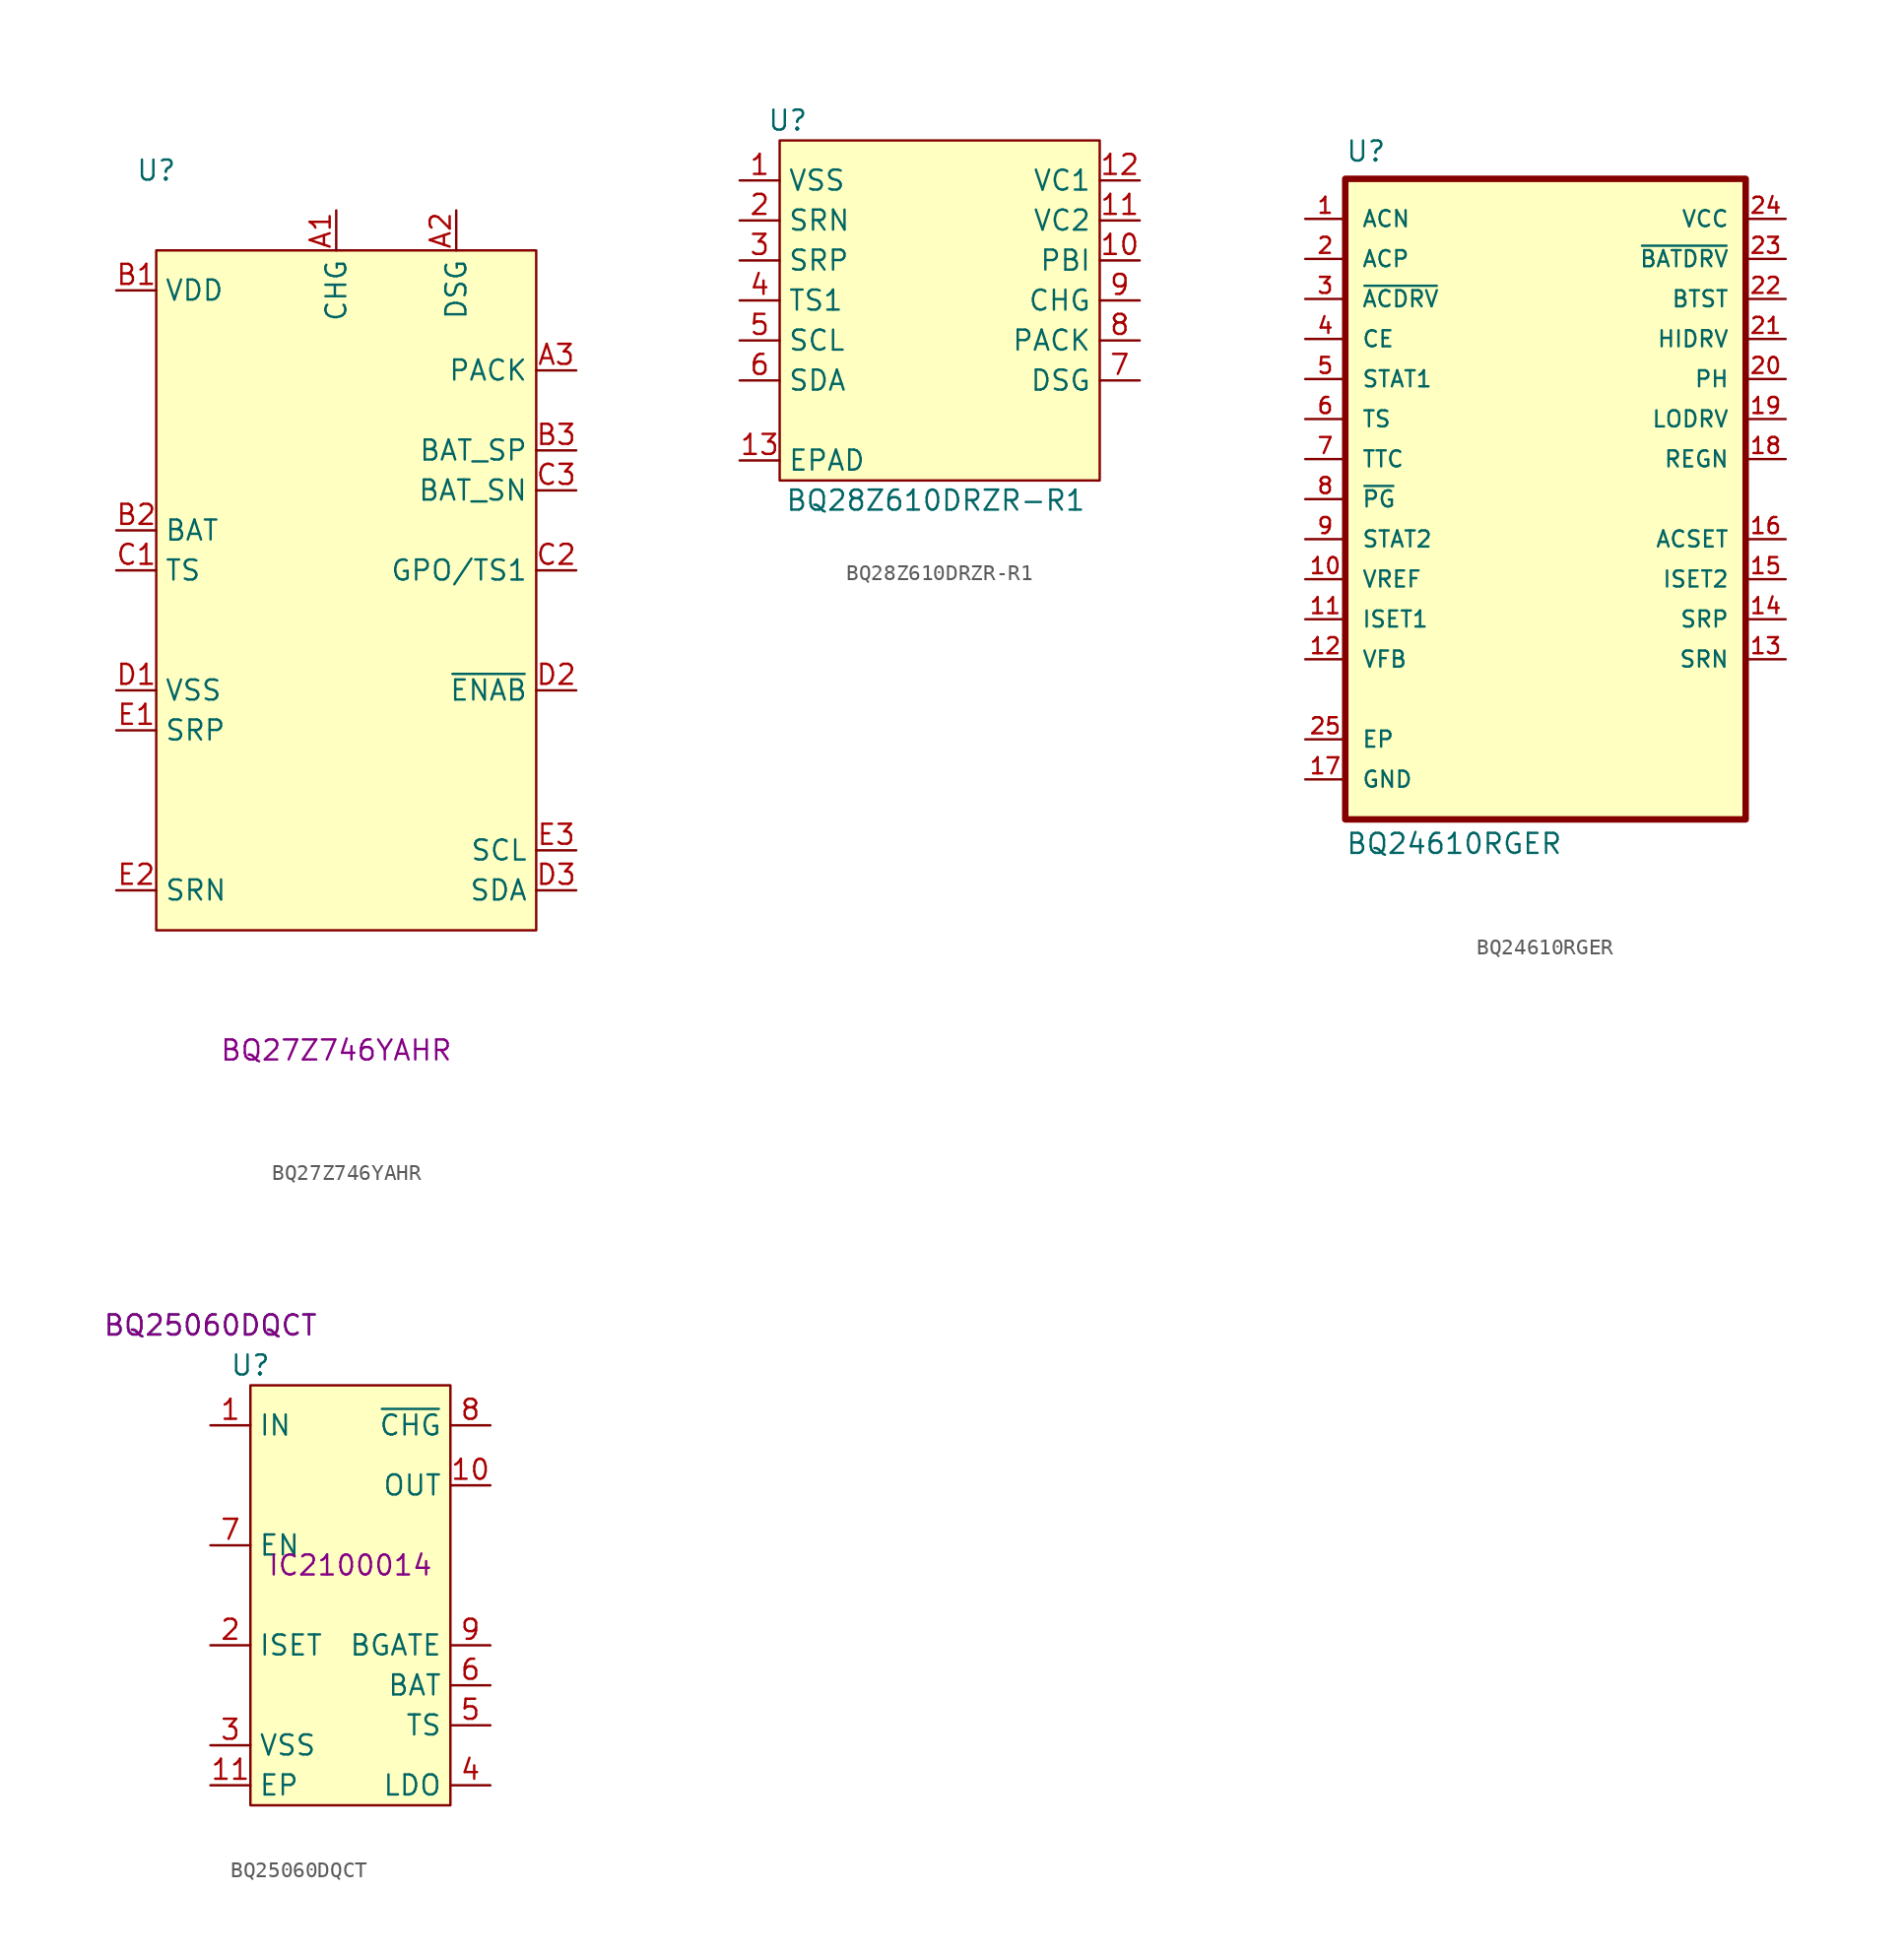
<source format=kicad_sym>
(kicad_symbol_lib
  (version 20241209)
  (generator "kicad_symbol_editor")
  (generator_version "9.0")
  (symbol "BQ27Z746YAHR"
    (property "Reference" "U"
      (at -11.43 2.54 0)
      (effects (font (size 1.27 1.27))))
    (property "PartNumber" "BQ27Z746YAHR"
      (at 0 -53.34 0)
      (effects (font (size 1.27 1.27))))
    (symbol "BQ27Z746YAHR_1_0"
      (pin passive line (at -13.97 -5.08 0) (length 2.54) (name "VDD" (effects (font (size 1.27 1.27)))) (number "B1" (effects (font (size 1.27 1.27)))))
      (pin passive line (at -13.97 -20.32 0) (length 2.54) (name "BAT" (effects (font (size 1.27 1.27)))) (number "B2" (effects (font (size 1.27 1.27)))))
      (pin passive line (at -13.97 -22.86 0) (length 2.54) (name "TS" (effects (font (size 1.27 1.27)))) (number "C1" (effects (font (size 1.27 1.27)))))
      (pin passive line (at -13.97 -30.48 0) (length 2.54) (name "VSS" (effects (font (size 1.27 1.27)))) (number "D1" (effects (font (size 1.27 1.27)))))
      (pin passive line (at -13.97 -33.02 0) (length 2.54) (name "SRP" (effects (font (size 1.27 1.27)))) (number "E1" (effects (font (size 1.27 1.27)))))
      (pin passive line (at -13.97 -43.18 0) (length 2.54) (name "SRN" (effects (font (size 1.27 1.27)))) (number "E2" (effects (font (size 1.27 1.27)))))
      (pin passive line (at 7.62 0 270) (length 2.54) (name "DSG" (effects (font (size 1.27 1.27)))) (number "A2" (effects (font (size 1.27 1.27)))))
      (pin passive line (at 15.24 -10.16 180) (length 2.54) (name "PACK" (effects (font (size 1.27 1.27)))) (number "A3" (effects (font (size 1.27 1.27)))))
      (pin passive line (at 15.24 -15.24 180) (length 2.54) (name "BAT_SP" (effects (font (size 1.27 1.27)))) (number "B3" (effects (font (size 1.27 1.27)))))
      (pin passive line (at 15.24 -17.78 180) (length 2.54) (name "BAT_SN" (effects (font (size 1.27 1.27)))) (number "C3" (effects (font (size 1.27 1.27)))))
      (pin passive line (at 15.24 -22.86 180) (length 2.54) (name "GPO/TS1" (effects (font (size 1.27 1.27)))) (number "C2" (effects (font (size 1.27 1.27)))))
      (pin passive line (at 15.24 -30.48 180) (length 2.54) (name "~{ENAB}" (effects (font (size 1.27 1.27)))) (number "D2" (effects (font (size 1.27 1.27)))))
      (pin passive line (at 15.24 -40.64 180) (length 2.54) (name "SCL" (effects (font (size 1.27 1.27)))) (number "E3" (effects (font (size 1.27 1.27)))))
      (pin passive line (at 15.24 -43.18 180) (length 2.54) (name "SDA" (effects (font (size 1.27 1.27)))) (number "D3" (effects (font (size 1.27 1.27))))))
    (symbol "BQ27Z746YAHR_1_1"
      (rectangle (start -11.43 -2.54) (end 12.7 -45.72) (stroke (width 0) (type default)) (fill (type background)))
      (pin passive line (at 0 0 270) (length 2.54) (name "CHG" (effects (font (size 1.27 1.27)))) (number "A1" (effects (font (size 1.27 1.27)))))))
  (symbol "BQ28Z610DRZR-R1"
    (property "Reference" "U"
      (at 3.048 3.81 0)
      (effects (font (size 1.27 1.27))))
    (property "Value" "BQ28Z610DRZR-R1"
      (at 12.446 -20.32 0)
      (effects (font (size 1.27 1.27))))
    (symbol "BQ28Z610DRZR-R1_0_0"
      (pin passive line (at 0 0 0) (length 2.54) (name "VSS" (effects (font (size 1.27 1.27)))) (number "1" (effects (font (size 1.27 1.27)))))
      (pin passive line (at 0 -2.54 0) (length 2.54) (name "SRN" (effects (font (size 1.27 1.27)))) (number "2" (effects (font (size 1.27 1.27)))))
      (pin passive line (at 0 -5.08 0) (length 2.54) (name "SRP" (effects (font (size 1.27 1.27)))) (number "3" (effects (font (size 1.27 1.27)))))
      (pin passive line (at 0 -7.62 0) (length 2.54) (name "TS1" (effects (font (size 1.27 1.27)))) (number "4" (effects (font (size 1.27 1.27)))))
      (pin passive line (at 0 -10.16 0) (length 2.54) (name "SCL" (effects (font (size 1.27 1.27)))) (number "5" (effects (font (size 1.27 1.27)))))
      (pin passive line (at 0 -12.7 0) (length 2.54) (name "SDA" (effects (font (size 1.27 1.27)))) (number "6" (effects (font (size 1.27 1.27)))))
      (pin passive line (at 0 -17.78 0) (length 2.54) (name "EPAD" (effects (font (size 1.27 1.27)))) (number "13" (effects (font (size 1.27 1.27)))))
      (pin passive line (at 25.4 0 180) (length 2.54) (name "VC1" (effects (font (size 1.27 1.27)))) (number "12" (effects (font (size 1.27 1.27)))))
      (pin passive line (at 25.4 -2.54 180) (length 2.54) (name "VC2" (effects (font (size 1.27 1.27)))) (number "11" (effects (font (size 1.27 1.27)))))
      (pin passive line (at 25.4 -5.08 180) (length 2.54) (name "PBI" (effects (font (size 1.27 1.27)))) (number "10" (effects (font (size 1.27 1.27)))))
      (pin passive line (at 25.4 -7.62 180) (length 2.54) (name "CHG" (effects (font (size 1.27 1.27)))) (number "9" (effects (font (size 1.27 1.27)))))
      (pin passive line (at 25.4 -10.16 180) (length 2.54) (name "PACK" (effects (font (size 1.27 1.27)))) (number "8" (effects (font (size 1.27 1.27)))))
      (pin passive line (at 25.4 -12.7 180) (length 2.54) (name "DSG" (effects (font (size 1.27 1.27)))) (number "7" (effects (font (size 1.27 1.27))))))
    (symbol "BQ28Z610DRZR-R1_1_1"
      (rectangle (start 2.54 2.54) (end 22.86 -19.05) (stroke (width 0) (type solid)) (fill (type background)))))
  (symbol "BQ24610RGER"
    (pin_names
      (offset 1.016))
    (property "Reference" "U"
      (at 2.54 3.54 0)
      (effects (font (size 1.27 1.27)) (justify left bottom)))
    (property "Value" "BQ24610RGER"
      (at 2.54 -40.386 0)
      (effects (font (size 1.27 1.27)) (justify left bottom)))
    (symbol "BQ24610RGER_0_0"
      (rectangle (start 2.54 2.54) (end 27.94 -38.1) (stroke (width 0.41) (type default)) (fill (type background)))
      (pin passive line (at 0 0 0) (length 2.54) (name "ACN" (effects (font (size 1.016 1.016)))) (number "1" (effects (font (size 1.016 1.016)))))
      (pin passive line (at 0 -2.54 0) (length 2.54) (name "ACP" (effects (font (size 1.016 1.016)))) (number "2" (effects (font (size 1.016 1.016)))))
      (pin passive line (at 0 -5.08 0) (length 2.54) (name "~{ACDRV}" (effects (font (size 1.016 1.016)))) (number "3" (effects (font (size 1.016 1.016)))))
      (pin passive line (at 0 -7.62 0) (length 2.54) (name "CE" (effects (font (size 1.016 1.016)))) (number "4" (effects (font (size 1.016 1.016)))))
      (pin passive line (at 0 -10.16 0) (length 2.54) (name "STAT1" (effects (font (size 1.016 1.016)))) (number "5" (effects (font (size 1.016 1.016)))))
      (pin passive line (at 0 -12.7 0) (length 2.54) (name "TS" (effects (font (size 1.016 1.016)))) (number "6" (effects (font (size 1.016 1.016)))))
      (pin passive line (at 0 -15.24 0) (length 2.54) (name "TTC" (effects (font (size 1.016 1.016)))) (number "7" (effects (font (size 1.016 1.016)))))
      (pin passive line (at 0 -17.78 0) (length 2.54) (name "~{PG}" (effects (font (size 1.016 1.016)))) (number "8" (effects (font (size 1.016 1.016)))))
      (pin passive line (at 0 -20.32 0) (length 2.54) (name "STAT2" (effects (font (size 1.016 1.016)))) (number "9" (effects (font (size 1.016 1.016)))))
      (pin passive line (at 0 -22.86 0) (length 2.54) (name "VREF" (effects (font (size 1.016 1.016)))) (number "10" (effects (font (size 1.016 1.016)))))
      (pin passive line (at 0 -25.4 0) (length 2.54) (name "ISET1" (effects (font (size 1.016 1.016)))) (number "11" (effects (font (size 1.016 1.016)))))
      (pin passive line (at 0 -27.94 0) (length 2.54) (name "VFB" (effects (font (size 1.016 1.016)))) (number "12" (effects (font (size 1.016 1.016)))))
      (pin passive line (at 0 -33.02 0) (length 2.54) (name "EP" (effects (font (size 1.016 1.016)))) (number "25" (effects (font (size 1.016 1.016)))))
      (pin passive line (at 0 -35.56 0) (length 2.54) (name "GND" (effects (font (size 1.016 1.016)))) (number "17" (effects (font (size 1.016 1.016)))))
      (pin passive line (at 30.48 0 180) (length 2.54) (name "VCC" (effects (font (size 1.016 1.016)))) (number "24" (effects (font (size 1.016 1.016)))))
      (pin passive line (at 30.48 -2.54 180) (length 2.54) (name "~{BATDRV}" (effects (font (size 1.016 1.016)))) (number "23" (effects (font (size 1.016 1.016)))))
      (pin passive line (at 30.48 -5.08 180) (length 2.54) (name "BTST" (effects (font (size 1.016 1.016)))) (number "22" (effects (font (size 1.016 1.016)))))
      (pin passive line (at 30.48 -7.62 180) (length 2.54) (name "HIDRV" (effects (font (size 1.016 1.016)))) (number "21" (effects (font (size 1.016 1.016)))))
      (pin passive line (at 30.48 -10.16 180) (length 2.54) (name "PH" (effects (font (size 1.016 1.016)))) (number "20" (effects (font (size 1.016 1.016)))))
      (pin passive line (at 30.48 -12.7 180) (length 2.54) (name "LODRV" (effects (font (size 1.016 1.016)))) (number "19" (effects (font (size 1.016 1.016)))))
      (pin passive line (at 30.48 -15.24 180) (length 2.54) (name "REGN" (effects (font (size 1.016 1.016)))) (number "18" (effects (font (size 1.016 1.016)))))
      (pin passive line (at 30.48 -20.32 180) (length 2.54) (name "ACSET" (effects (font (size 1.016 1.016)))) (number "16" (effects (font (size 1.016 1.016)))))
      (pin passive line (at 30.48 -22.86 180) (length 2.54) (name "ISET2" (effects (font (size 1.016 1.016)))) (number "15" (effects (font (size 1.016 1.016)))))
      (pin passive line (at 30.48 -25.4 180) (length 2.54) (name "SRP" (effects (font (size 1.016 1.016)))) (number "14" (effects (font (size 1.016 1.016)))))
      (pin passive line (at 30.48 -27.94 180) (length 2.54) (name "SRN" (effects (font (size 1.016 1.016)))) (number "13" (effects (font (size 1.016 1.016)))))))
  (symbol "BQ25060DQCT"
    (property "Reference" "U"
      (at -6.35 12.7 0)
      (effects (font (size 1.27 1.27))))
    (property "Value" "BQ25060DQCT"
      (at -8.89 15.24 0)
      (effects (font (size 1.27 1.27))))
    (property "PartNumber" "BQ25060DQCT"
      (at -8.89 15.24 0)
      (effects (font (size 1.27 1.27))))
    (property "AdmetecPN" "IC2100014"
      (at 0 0 0)
      (effects (font (size 1.27 1.27))))
    (symbol "BQ25060DQCT_1_1"
      (rectangle (start -6.35 11.43) (end 6.35 -15.24) (stroke (width 0) (type default)) (fill (type background)))
      (pin passive line (at -8.89 8.89 0) (length 2.54) (name "IN" (effects (font (size 1.27 1.27)))) (number "1" (effects (font (size 1.27 1.27)))))
      (pin passive line (at -8.89 1.27 0) (length 2.54) (name "EN" (effects (font (size 1.27 1.27)))) (number "7" (effects (font (size 1.27 1.27)))))
      (pin passive line (at -8.89 -5.08 0) (length 2.54) (name "ISET" (effects (font (size 1.27 1.27)))) (number "2" (effects (font (size 1.27 1.27)))))
      (pin passive line (at -8.89 -11.43 0) (length 2.54) (name "VSS" (effects (font (size 1.27 1.27)))) (number "3" (effects (font (size 1.27 1.27)))))
      (pin passive line (at -8.89 -13.97 0) (length 2.54) (name "EP" (effects (font (size 1.27 1.27)))) (number "11" (effects (font (size 1.27 1.27)))))
      (pin passive line (at 8.89 8.89 180) (length 2.54) (name "~{CHG}" (effects (font (size 1.27 1.27)))) (number "8" (effects (font (size 1.27 1.27)))))
      (pin passive line (at 8.89 5.08 180) (length 2.54) (name "OUT" (effects (font (size 1.27 1.27)))) (number "10" (effects (font (size 1.27 1.27)))))
      (pin passive line (at 8.89 -5.08 180) (length 2.54) (name "BGATE" (effects (font (size 1.27 1.27)))) (number "9" (effects (font (size 1.27 1.27)))))
      (pin passive line (at 8.89 -7.62 180) (length 2.54) (name "BAT" (effects (font (size 1.27 1.27)))) (number "6" (effects (font (size 1.27 1.27)))))
      (pin passive line (at 8.89 -10.16 180) (length 2.54) (name "TS" (effects (font (size 1.27 1.27)))) (number "5" (effects (font (size 1.27 1.27)))))
      (pin passive line (at 8.89 -13.97 180) (length 2.54) (name "LDO" (effects (font (size 1.27 1.27)))) (number "4" (effects (font (size 1.27 1.27))))))))
</source>
